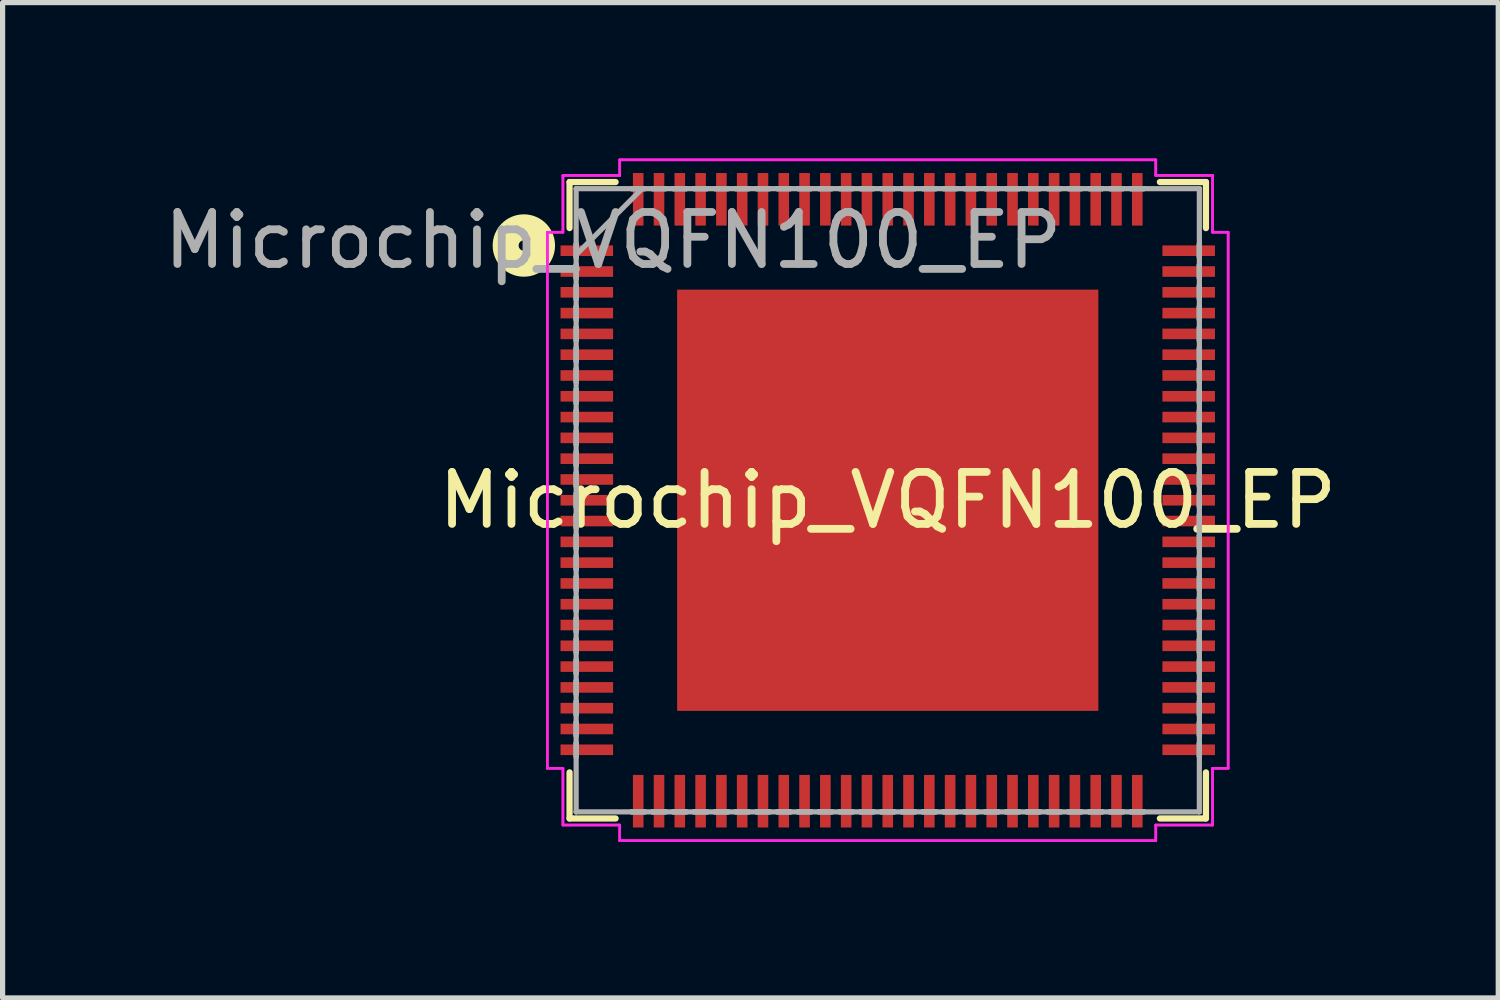
<source format=kicad_pcb>
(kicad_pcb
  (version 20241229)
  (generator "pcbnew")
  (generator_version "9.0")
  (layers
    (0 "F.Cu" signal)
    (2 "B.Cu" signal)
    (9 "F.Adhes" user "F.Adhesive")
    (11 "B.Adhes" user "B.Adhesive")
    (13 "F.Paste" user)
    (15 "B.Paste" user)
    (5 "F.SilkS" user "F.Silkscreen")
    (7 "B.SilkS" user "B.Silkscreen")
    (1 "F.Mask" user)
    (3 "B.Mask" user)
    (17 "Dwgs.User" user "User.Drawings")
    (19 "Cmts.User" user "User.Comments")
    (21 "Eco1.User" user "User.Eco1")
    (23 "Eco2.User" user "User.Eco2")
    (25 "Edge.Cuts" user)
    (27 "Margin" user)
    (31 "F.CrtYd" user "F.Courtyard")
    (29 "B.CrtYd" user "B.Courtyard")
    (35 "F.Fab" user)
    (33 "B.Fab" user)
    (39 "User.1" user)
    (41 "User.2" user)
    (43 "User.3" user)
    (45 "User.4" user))
  (footprint "Microchip_VQFN100_EP"
    (layer "F.Cu")
    (at 14.027 6.573)
    (property "Reference" "Microchip_VQFN100_EP" (at 0 0 0) (layer "F.SilkS") (effects (font (size 1 1) (thickness 0.15))))
    (attr through_hole)
    (fp_line (start -6.121 -6.121) (end -6.121 -5.235) (stroke (width 0.12) (type solid)) (layer "F.SilkS"))
    (fp_line (start -6.121 5.235) (end -6.121 6.121) (stroke (width 0.12) (type solid)) (layer "F.SilkS"))
    (fp_line (start -6.121 6.121) (end -5.235 6.121) (stroke (width 0.12) (type solid)) (layer "F.SilkS"))
    (fp_line (start -5.235 -6.121) (end -6.121 -6.121) (stroke (width 0.12) (type solid)) (layer "F.SilkS"))
    (fp_line (start 5.235 6.121) (end 6.121 6.121) (stroke (width 0.12) (type solid)) (layer "F.SilkS"))
    (fp_line (start 6.121 -6.121) (end 5.235 -6.121) (stroke (width 0.12) (type solid)) (layer "F.SilkS"))
    (fp_line (start 6.121 -5.235) (end 6.121 -6.121) (stroke (width 0.12) (type solid)) (layer "F.SilkS"))
    (fp_line (start 6.121 6.121) (end 6.121 5.235) (stroke (width 0.12) (type solid)) (layer "F.SilkS"))
    (fp_circle (center -7 -4.9) (end -6.9 -4.9) (stroke (width 0.5) (type solid)) (fill no) (layer "F.SilkS"))
    (fp_poly (pts (xy -3.951 -3.951) (xy -3.951 -2.801) (xy -2.801 -2.801) (xy -2.801 -3.951)) (stroke (width 0.1) (type solid)) (fill yes) (layer "F.Paste"))
    (fp_poly (pts (xy -3.951 -2.601) (xy -3.951 -1.45) (xy -2.801 -1.45) (xy -2.801 -2.601)) (stroke (width 0.1) (type solid)) (fill yes) (layer "F.Paste"))
    (fp_poly (pts (xy -3.951 -1.25) (xy -3.951 -0.1) (xy -2.801 -0.1) (xy -2.801 -1.25)) (stroke (width 0.1) (type solid)) (fill yes) (layer "F.Paste"))
    (fp_poly (pts (xy -3.951 0.1) (xy -3.951 1.25) (xy -2.801 1.25) (xy -2.801 0.1)) (stroke (width 0.1) (type solid)) (fill yes) (layer "F.Paste"))
    (fp_poly (pts (xy -3.951 1.45) (xy -3.951 2.601) (xy -2.801 2.601) (xy -2.801 1.45)) (stroke (width 0.1) (type solid)) (fill yes) (layer "F.Paste"))
    (fp_poly (pts (xy -3.951 2.801) (xy -3.951 3.951) (xy -2.801 3.951) (xy -2.801 2.801)) (stroke (width 0.1) (type solid)) (fill yes) (layer "F.Paste"))
    (fp_poly (pts (xy -2.601 -3.951) (xy -2.601 -2.801) (xy -1.45 -2.801) (xy -1.45 -3.951)) (stroke (width 0.1) (type solid)) (fill yes) (layer "F.Paste"))
    (fp_poly (pts (xy -2.601 -2.601) (xy -2.601 -1.45) (xy -1.45 -1.45) (xy -1.45 -2.601)) (stroke (width 0.1) (type solid)) (fill yes) (layer "F.Paste"))
    (fp_poly (pts (xy -2.601 -1.25) (xy -2.601 -0.1) (xy -1.45 -0.1) (xy -1.45 -1.25)) (stroke (width 0.1) (type solid)) (fill yes) (layer "F.Paste"))
    (fp_poly (pts (xy -2.601 0.1) (xy -2.601 1.25) (xy -1.45 1.25) (xy -1.45 0.1)) (stroke (width 0.1) (type solid)) (fill yes) (layer "F.Paste"))
    (fp_poly (pts (xy -2.601 1.45) (xy -2.601 2.601) (xy -1.45 2.601) (xy -1.45 1.45)) (stroke (width 0.1) (type solid)) (fill yes) (layer "F.Paste"))
    (fp_poly (pts (xy -2.601 2.801) (xy -2.601 3.951) (xy -1.45 3.951) (xy -1.45 2.801)) (stroke (width 0.1) (type solid)) (fill yes) (layer "F.Paste"))
    (fp_poly (pts (xy -1.25 -3.951) (xy -1.25 -2.801) (xy -0.1 -2.801) (xy -0.1 -3.951)) (stroke (width 0.1) (type solid)) (fill yes) (layer "F.Paste"))
    (fp_poly (pts (xy -1.25 -2.601) (xy -1.25 -1.45) (xy -0.1 -1.45) (xy -0.1 -2.601)) (stroke (width 0.1) (type solid)) (fill yes) (layer "F.Paste"))
    (fp_poly (pts (xy -1.25 -1.25) (xy -1.25 -0.1) (xy -0.1 -0.1) (xy -0.1 -1.25)) (stroke (width 0.1) (type solid)) (fill yes) (layer "F.Paste"))
    (fp_poly (pts (xy -1.25 0.1) (xy -1.25 1.25) (xy -0.1 1.25) (xy -0.1 0.1)) (stroke (width 0.1) (type solid)) (fill yes) (layer "F.Paste"))
    (fp_poly (pts (xy -1.25 1.45) (xy -1.25 2.601) (xy -0.1 2.601) (xy -0.1 1.45)) (stroke (width 0.1) (type solid)) (fill yes) (layer "F.Paste"))
    (fp_poly (pts (xy -1.25 2.801) (xy -1.25 3.951) (xy -0.1 3.951) (xy -0.1 2.801)) (stroke (width 0.1) (type solid)) (fill yes) (layer "F.Paste"))
    (fp_poly (pts (xy 0.1 -3.951) (xy 0.1 -2.801) (xy 1.25 -2.801) (xy 1.25 -3.951)) (stroke (width 0.1) (type solid)) (fill yes) (layer "F.Paste"))
    (fp_poly (pts (xy 0.1 -2.601) (xy 0.1 -1.45) (xy 1.25 -1.45) (xy 1.25 -2.601)) (stroke (width 0.1) (type solid)) (fill yes) (layer "F.Paste"))
    (fp_poly (pts (xy 0.1 -1.25) (xy 0.1 -0.1) (xy 1.25 -0.1) (xy 1.25 -1.25)) (stroke (width 0.1) (type solid)) (fill yes) (layer "F.Paste"))
    (fp_poly (pts (xy 0.1 0.1) (xy 0.1 1.25) (xy 1.25 1.25) (xy 1.25 0.1)) (stroke (width 0.1) (type solid)) (fill yes) (layer "F.Paste"))
    (fp_poly (pts (xy 0.1 1.45) (xy 0.1 2.601) (xy 1.25 2.601) (xy 1.25 1.45)) (stroke (width 0.1) (type solid)) (fill yes) (layer "F.Paste"))
    (fp_poly (pts (xy 0.1 2.801) (xy 0.1 3.951) (xy 1.25 3.951) (xy 1.25 2.801)) (stroke (width 0.1) (type solid)) (fill yes) (layer "F.Paste"))
    (fp_poly (pts (xy 1.45 -3.951) (xy 1.45 -2.801) (xy 2.601 -2.801) (xy 2.601 -3.951)) (stroke (width 0.1) (type solid)) (fill yes) (layer "F.Paste"))
    (fp_poly (pts (xy 1.45 -2.601) (xy 1.45 -1.45) (xy 2.601 -1.45) (xy 2.601 -2.601)) (stroke (width 0.1) (type solid)) (fill yes) (layer "F.Paste"))
    (fp_poly (pts (xy 1.45 -1.25) (xy 1.45 -0.1) (xy 2.601 -0.1) (xy 2.601 -1.25)) (stroke (width 0.1) (type solid)) (fill yes) (layer "F.Paste"))
    (fp_poly (pts (xy 1.45 0.1) (xy 1.45 1.25) (xy 2.601 1.25) (xy 2.601 0.1)) (stroke (width 0.1) (type solid)) (fill yes) (layer "F.Paste"))
    (fp_poly (pts (xy 1.45 1.45) (xy 1.45 2.601) (xy 2.601 2.601) (xy 2.601 1.45)) (stroke (width 0.1) (type solid)) (fill yes) (layer "F.Paste"))
    (fp_poly (pts (xy 1.45 2.801) (xy 1.45 3.951) (xy 2.601 3.951) (xy 2.601 2.801)) (stroke (width 0.1) (type solid)) (fill yes) (layer "F.Paste"))
    (fp_poly (pts (xy 2.801 -3.951) (xy 2.801 -2.801) (xy 3.951 -2.801) (xy 3.951 -3.951)) (stroke (width 0.1) (type solid)) (fill yes) (layer "F.Paste"))
    (fp_poly (pts (xy 2.801 -2.601) (xy 2.801 -1.45) (xy 3.951 -1.45) (xy 3.951 -2.601)) (stroke (width 0.1) (type solid)) (fill yes) (layer "F.Paste"))
    (fp_poly (pts (xy 2.801 -1.25) (xy 2.801 -0.1) (xy 3.951 -0.1) (xy 3.951 -1.25)) (stroke (width 0.1) (type solid)) (fill yes) (layer "F.Paste"))
    (fp_poly (pts (xy 2.801 0.1) (xy 2.801 1.25) (xy 3.951 1.25) (xy 3.951 0.1)) (stroke (width 0.1) (type solid)) (fill yes) (layer "F.Paste"))
    (fp_poly (pts (xy 2.801 1.45) (xy 2.801 2.601) (xy 3.951 2.601) (xy 3.951 1.45)) (stroke (width 0.1) (type solid)) (fill yes) (layer "F.Paste"))
    (fp_poly (pts (xy 2.801 2.801) (xy 2.801 3.951) (xy 3.951 3.951) (xy 3.951 2.801)) (stroke (width 0.1) (type solid)) (fill yes) (layer "F.Paste"))
    (fp_line (start -6.548 -5.156) (end -6.248 -5.156) (stroke (width 0.05) (type solid)) (layer "F.CrtYd"))
    (fp_line (start -6.548 -5.156) (end -6.248 -5.156) (stroke (width 0.05) (type solid)) (layer "F.CrtYd"))
    (fp_line (start -6.548 5.156) (end -6.548 -5.156) (stroke (width 0.05) (type solid)) (layer "F.CrtYd"))
    (fp_line (start -6.548 5.156) (end -6.548 -5.156) (stroke (width 0.05) (type solid)) (layer "F.CrtYd"))
    (fp_line (start -6.248 -6.248) (end -5.156 -6.248) (stroke (width 0.05) (type solid)) (layer "F.CrtYd"))
    (fp_line (start -6.248 -6.248) (end -5.156 -6.248) (stroke (width 0.05) (type solid)) (layer "F.CrtYd"))
    (fp_line (start -6.248 -5.156) (end -6.248 -6.248) (stroke (width 0.05) (type solid)) (layer "F.CrtYd"))
    (fp_line (start -6.248 -5.156) (end -6.248 -6.248) (stroke (width 0.05) (type solid)) (layer "F.CrtYd"))
    (fp_line (start -6.248 5.156) (end -6.548 5.156) (stroke (width 0.05) (type solid)) (layer "F.CrtYd"))
    (fp_line (start -6.248 5.156) (end -6.548 5.156) (stroke (width 0.05) (type solid)) (layer "F.CrtYd"))
    (fp_line (start -6.248 6.248) (end -6.248 5.156) (stroke (width 0.05) (type solid)) (layer "F.CrtYd"))
    (fp_line (start -6.248 6.248) (end -6.248 5.156) (stroke (width 0.05) (type solid)) (layer "F.CrtYd"))
    (fp_line (start -5.156 -6.548) (end 5.156 -6.548) (stroke (width 0.05) (type solid)) (layer "F.CrtYd"))
    (fp_line (start -5.156 -6.548) (end 5.156 -6.548) (stroke (width 0.05) (type solid)) (layer "F.CrtYd"))
    (fp_line (start -5.156 -6.248) (end -5.156 -6.548) (stroke (width 0.05) (type solid)) (layer "F.CrtYd"))
    (fp_line (start -5.156 -6.248) (end -5.156 -6.548) (stroke (width 0.05) (type solid)) (layer "F.CrtYd"))
    (fp_line (start -5.156 6.248) (end -6.248 6.248) (stroke (width 0.05) (type solid)) (layer "F.CrtYd"))
    (fp_line (start -5.156 6.248) (end -6.248 6.248) (stroke (width 0.05) (type solid)) (layer "F.CrtYd"))
    (fp_line (start -5.156 6.548) (end -5.156 6.248) (stroke (width 0.05) (type solid)) (layer "F.CrtYd"))
    (fp_line (start -5.156 6.548) (end -5.156 6.248) (stroke (width 0.05) (type solid)) (layer "F.CrtYd"))
    (fp_line (start 5.156 -6.548) (end 5.156 -6.248) (stroke (width 0.05) (type solid)) (layer "F.CrtYd"))
    (fp_line (start 5.156 -6.548) (end 5.156 -6.248) (stroke (width 0.05) (type solid)) (layer "F.CrtYd"))
    (fp_line (start 5.156 -6.248) (end 6.248 -6.248) (stroke (width 0.05) (type solid)) (layer "F.CrtYd"))
    (fp_line (start 5.156 -6.248) (end 6.248 -6.248) (stroke (width 0.05) (type solid)) (layer "F.CrtYd"))
    (fp_line (start 5.156 6.248) (end 5.156 6.548) (stroke (width 0.05) (type solid)) (layer "F.CrtYd"))
    (fp_line (start 5.156 6.248) (end 5.156 6.548) (stroke (width 0.05) (type solid)) (layer "F.CrtYd"))
    (fp_line (start 5.156 6.548) (end -5.156 6.548) (stroke (width 0.05) (type solid)) (layer "F.CrtYd"))
    (fp_line (start 5.156 6.548) (end -5.156 6.548) (stroke (width 0.05) (type solid)) (layer "F.CrtYd"))
    (fp_line (start 6.248 -6.248) (end 6.248 -5.156) (stroke (width 0.05) (type solid)) (layer "F.CrtYd"))
    (fp_line (start 6.248 -6.248) (end 6.248 -5.156) (stroke (width 0.05) (type solid)) (layer "F.CrtYd"))
    (fp_line (start 6.248 -5.156) (end 6.548 -5.156) (stroke (width 0.05) (type solid)) (layer "F.CrtYd"))
    (fp_line (start 6.248 -5.156) (end 6.548 -5.156) (stroke (width 0.05) (type solid)) (layer "F.CrtYd"))
    (fp_line (start 6.248 5.156) (end 6.248 6.248) (stroke (width 0.05) (type solid)) (layer "F.CrtYd"))
    (fp_line (start 6.248 5.156) (end 6.248 6.248) (stroke (width 0.05) (type solid)) (layer "F.CrtYd"))
    (fp_line (start 6.248 6.248) (end 5.156 6.248) (stroke (width 0.05) (type solid)) (layer "F.CrtYd"))
    (fp_line (start 6.248 6.248) (end 5.156 6.248) (stroke (width 0.05) (type solid)) (layer "F.CrtYd"))
    (fp_line (start 6.548 -5.156) (end 6.548 5.156) (stroke (width 0.05) (type solid)) (layer "F.CrtYd"))
    (fp_line (start 6.548 -5.156) (end 6.548 5.156) (stroke (width 0.05) (type solid)) (layer "F.CrtYd"))
    (fp_line (start 6.548 5.156) (end 6.248 5.156) (stroke (width 0.05) (type solid)) (layer "F.CrtYd"))
    (fp_line (start 6.548 5.156) (end 6.248 5.156) (stroke (width 0.05) (type solid)) (layer "F.CrtYd"))
    (fp_line (start -5.994 -5.994) (end -5.994 -5.994) (stroke (width 0.1) (type solid)) (layer "F.Fab"))
    (fp_line (start -5.994 -5.994) (end -5.994 5.994) (stroke (width 0.1) (type solid)) (layer "F.Fab"))
    (fp_line (start -5.994 -4.927) (end -5.994 -4.927) (stroke (width 0.1) (type solid)) (layer "F.Fab"))
    (fp_line (start -5.994 -4.927) (end -5.994 -4.673) (stroke (width 0.1) (type solid)) (layer "F.Fab"))
    (fp_line (start -5.994 -4.724) (end -4.724 -5.994) (stroke (width 0.1) (type solid)) (layer "F.Fab"))
    (fp_line (start -5.994 -4.673) (end -5.994 -4.927) (stroke (width 0.1) (type solid)) (layer "F.Fab"))
    (fp_line (start -5.994 -4.673) (end -5.994 -4.673) (stroke (width 0.1) (type solid)) (layer "F.Fab"))
    (fp_line (start -5.994 -4.527) (end -5.994 -4.527) (stroke (width 0.1) (type solid)) (layer "F.Fab"))
    (fp_line (start -5.994 -4.527) (end -5.994 -4.273) (stroke (width 0.1) (type solid)) (layer "F.Fab"))
    (fp_line (start -5.994 -4.273) (end -5.994 -4.527) (stroke (width 0.1) (type solid)) (layer "F.Fab"))
    (fp_line (start -5.994 -4.273) (end -5.994 -4.273) (stroke (width 0.1) (type solid)) (layer "F.Fab"))
    (fp_line (start -5.994 -4.127) (end -5.994 -4.127) (stroke (width 0.1) (type solid)) (layer "F.Fab"))
    (fp_line (start -5.994 -4.127) (end -5.994 -3.873) (stroke (width 0.1) (type solid)) (layer "F.Fab"))
    (fp_line (start -5.994 -3.873) (end -5.994 -4.127) (stroke (width 0.1) (type solid)) (layer "F.Fab"))
    (fp_line (start -5.994 -3.873) (end -5.994 -3.873) (stroke (width 0.1) (type solid)) (layer "F.Fab"))
    (fp_line (start -5.994 -3.727) (end -5.994 -3.727) (stroke (width 0.1) (type solid)) (layer "F.Fab"))
    (fp_line (start -5.994 -3.727) (end -5.994 -3.473) (stroke (width 0.1) (type solid)) (layer "F.Fab"))
    (fp_line (start -5.994 -3.473) (end -5.994 -3.727) (stroke (width 0.1) (type solid)) (layer "F.Fab"))
    (fp_line (start -5.994 -3.473) (end -5.994 -3.473) (stroke (width 0.1) (type solid)) (layer "F.Fab"))
    (fp_line (start -5.994 -3.327) (end -5.994 -3.327) (stroke (width 0.1) (type solid)) (layer "F.Fab"))
    (fp_line (start -5.994 -3.327) (end -5.994 -3.073) (stroke (width 0.1) (type solid)) (layer "F.Fab"))
    (fp_line (start -5.994 -3.073) (end -5.994 -3.327) (stroke (width 0.1) (type solid)) (layer "F.Fab"))
    (fp_line (start -5.994 -3.073) (end -5.994 -3.073) (stroke (width 0.1) (type solid)) (layer "F.Fab"))
    (fp_line (start -5.994 -2.927) (end -5.994 -2.927) (stroke (width 0.1) (type solid)) (layer "F.Fab"))
    (fp_line (start -5.994 -2.927) (end -5.994 -2.673) (stroke (width 0.1) (type solid)) (layer "F.Fab"))
    (fp_line (start -5.994 -2.673) (end -5.994 -2.927) (stroke (width 0.1) (type solid)) (layer "F.Fab"))
    (fp_line (start -5.994 -2.673) (end -5.994 -2.673) (stroke (width 0.1) (type solid)) (layer "F.Fab"))
    (fp_line (start -5.994 -2.527) (end -5.994 -2.527) (stroke (width 0.1) (type solid)) (layer "F.Fab"))
    (fp_line (start -5.994 -2.527) (end -5.994 -2.273) (stroke (width 0.1) (type solid)) (layer "F.Fab"))
    (fp_line (start -5.994 -2.273) (end -5.994 -2.527) (stroke (width 0.1) (type solid)) (layer "F.Fab"))
    (fp_line (start -5.994 -2.273) (end -5.994 -2.273) (stroke (width 0.1) (type solid)) (layer "F.Fab"))
    (fp_line (start -5.994 -2.127) (end -5.994 -2.127) (stroke (width 0.1) (type solid)) (layer "F.Fab"))
    (fp_line (start -5.994 -2.127) (end -5.994 -1.873) (stroke (width 0.1) (type solid)) (layer "F.Fab"))
    (fp_line (start -5.994 -1.873) (end -5.994 -2.127) (stroke (width 0.1) (type solid)) (layer "F.Fab"))
    (fp_line (start -5.994 -1.873) (end -5.994 -1.873) (stroke (width 0.1) (type solid)) (layer "F.Fab"))
    (fp_line (start -5.994 -1.727) (end -5.994 -1.727) (stroke (width 0.1) (type solid)) (layer "F.Fab"))
    (fp_line (start -5.994 -1.727) (end -5.994 -1.473) (stroke (width 0.1) (type solid)) (layer "F.Fab"))
    (fp_line (start -5.994 -1.473) (end -5.994 -1.727) (stroke (width 0.1) (type solid)) (layer "F.Fab"))
    (fp_line (start -5.994 -1.473) (end -5.994 -1.473) (stroke (width 0.1) (type solid)) (layer "F.Fab"))
    (fp_line (start -5.994 -1.327) (end -5.994 -1.327) (stroke (width 0.1) (type solid)) (layer "F.Fab"))
    (fp_line (start -5.994 -1.327) (end -5.994 -1.073) (stroke (width 0.1) (type solid)) (layer "F.Fab"))
    (fp_line (start -5.994 -1.073) (end -5.994 -1.327) (stroke (width 0.1) (type solid)) (layer "F.Fab"))
    (fp_line (start -5.994 -1.073) (end -5.994 -1.073) (stroke (width 0.1) (type solid)) (layer "F.Fab"))
    (fp_line (start -5.994 -0.927) (end -5.994 -0.927) (stroke (width 0.1) (type solid)) (layer "F.Fab"))
    (fp_line (start -5.994 -0.927) (end -5.994 -0.673) (stroke (width 0.1) (type solid)) (layer "F.Fab"))
    (fp_line (start -5.994 -0.673) (end -5.994 -0.927) (stroke (width 0.1) (type solid)) (layer "F.Fab"))
    (fp_line (start -5.994 -0.673) (end -5.994 -0.673) (stroke (width 0.1) (type solid)) (layer "F.Fab"))
    (fp_line (start -5.994 -0.527) (end -5.994 -0.527) (stroke (width 0.1) (type solid)) (layer "F.Fab"))
    (fp_line (start -5.994 -0.527) (end -5.994 -0.273) (stroke (width 0.1) (type solid)) (layer "F.Fab"))
    (fp_line (start -5.994 -0.273) (end -5.994 -0.527) (stroke (width 0.1) (type solid)) (layer "F.Fab"))
    (fp_line (start -5.994 -0.273) (end -5.994 -0.273) (stroke (width 0.1) (type solid)) (layer "F.Fab"))
    (fp_line (start -5.994 -0.127) (end -5.994 -0.127) (stroke (width 0.1) (type solid)) (layer "F.Fab"))
    (fp_line (start -5.994 -0.127) (end -5.994 0.127) (stroke (width 0.1) (type solid)) (layer "F.Fab"))
    (fp_line (start -5.994 0.127) (end -5.994 -0.127) (stroke (width 0.1) (type solid)) (layer "F.Fab"))
    (fp_line (start -5.994 0.127) (end -5.994 0.127) (stroke (width 0.1) (type solid)) (layer "F.Fab"))
    (fp_line (start -5.994 0.273) (end -5.994 0.273) (stroke (width 0.1) (type solid)) (layer "F.Fab"))
    (fp_line (start -5.994 0.273) (end -5.994 0.527) (stroke (width 0.1) (type solid)) (layer "F.Fab"))
    (fp_line (start -5.994 0.527) (end -5.994 0.273) (stroke (width 0.1) (type solid)) (layer "F.Fab"))
    (fp_line (start -5.994 0.527) (end -5.994 0.527) (stroke (width 0.1) (type solid)) (layer "F.Fab"))
    (fp_line (start -5.994 0.673) (end -5.994 0.673) (stroke (width 0.1) (type solid)) (layer "F.Fab"))
    (fp_line (start -5.994 0.673) (end -5.994 0.927) (stroke (width 0.1) (type solid)) (layer "F.Fab"))
    (fp_line (start -5.994 0.927) (end -5.994 0.673) (stroke (width 0.1) (type solid)) (layer "F.Fab"))
    (fp_line (start -5.994 0.927) (end -5.994 0.927) (stroke (width 0.1) (type solid)) (layer "F.Fab"))
    (fp_line (start -5.994 1.073) (end -5.994 1.073) (stroke (width 0.1) (type solid)) (layer "F.Fab"))
    (fp_line (start -5.994 1.073) (end -5.994 1.327) (stroke (width 0.1) (type solid)) (layer "F.Fab"))
    (fp_line (start -5.994 1.327) (end -5.994 1.073) (stroke (width 0.1) (type solid)) (layer "F.Fab"))
    (fp_line (start -5.994 1.327) (end -5.994 1.327) (stroke (width 0.1) (type solid)) (layer "F.Fab"))
    (fp_line (start -5.994 1.473) (end -5.994 1.473) (stroke (width 0.1) (type solid)) (layer "F.Fab"))
    (fp_line (start -5.994 1.473) (end -5.994 1.727) (stroke (width 0.1) (type solid)) (layer "F.Fab"))
    (fp_line (start -5.994 1.727) (end -5.994 1.473) (stroke (width 0.1) (type solid)) (layer "F.Fab"))
    (fp_line (start -5.994 1.727) (end -5.994 1.727) (stroke (width 0.1) (type solid)) (layer "F.Fab"))
    (fp_line (start -5.994 1.873) (end -5.994 1.873) (stroke (width 0.1) (type solid)) (layer "F.Fab"))
    (fp_line (start -5.994 1.873) (end -5.994 2.127) (stroke (width 0.1) (type solid)) (layer "F.Fab"))
    (fp_line (start -5.994 2.127) (end -5.994 1.873) (stroke (width 0.1) (type solid)) (layer "F.Fab"))
    (fp_line (start -5.994 2.127) (end -5.994 2.127) (stroke (width 0.1) (type solid)) (layer "F.Fab"))
    (fp_line (start -5.994 2.273) (end -5.994 2.273) (stroke (width 0.1) (type solid)) (layer "F.Fab"))
    (fp_line (start -5.994 2.273) (end -5.994 2.527) (stroke (width 0.1) (type solid)) (layer "F.Fab"))
    (fp_line (start -5.994 2.527) (end -5.994 2.273) (stroke (width 0.1) (type solid)) (layer "F.Fab"))
    (fp_line (start -5.994 2.527) (end -5.994 2.527) (stroke (width 0.1) (type solid)) (layer "F.Fab"))
    (fp_line (start -5.994 2.673) (end -5.994 2.673) (stroke (width 0.1) (type solid)) (layer "F.Fab"))
    (fp_line (start -5.994 2.673) (end -5.994 2.927) (stroke (width 0.1) (type solid)) (layer "F.Fab"))
    (fp_line (start -5.994 2.927) (end -5.994 2.673) (stroke (width 0.1) (type solid)) (layer "F.Fab"))
    (fp_line (start -5.994 2.927) (end -5.994 2.927) (stroke (width 0.1) (type solid)) (layer "F.Fab"))
    (fp_line (start -5.994 3.073) (end -5.994 3.073) (stroke (width 0.1) (type solid)) (layer "F.Fab"))
    (fp_line (start -5.994 3.073) (end -5.994 3.327) (stroke (width 0.1) (type solid)) (layer "F.Fab"))
    (fp_line (start -5.994 3.327) (end -5.994 3.073) (stroke (width 0.1) (type solid)) (layer "F.Fab"))
    (fp_line (start -5.994 3.327) (end -5.994 3.327) (stroke (width 0.1) (type solid)) (layer "F.Fab"))
    (fp_line (start -5.994 3.473) (end -5.994 3.473) (stroke (width 0.1) (type solid)) (layer "F.Fab"))
    (fp_line (start -5.994 3.473) (end -5.994 3.727) (stroke (width 0.1) (type solid)) (layer "F.Fab"))
    (fp_line (start -5.994 3.727) (end -5.994 3.473) (stroke (width 0.1) (type solid)) (layer "F.Fab"))
    (fp_line (start -5.994 3.727) (end -5.994 3.727) (stroke (width 0.1) (type solid)) (layer "F.Fab"))
    (fp_line (start -5.994 3.873) (end -5.994 3.873) (stroke (width 0.1) (type solid)) (layer "F.Fab"))
    (fp_line (start -5.994 3.873) (end -5.994 4.127) (stroke (width 0.1) (type solid)) (layer "F.Fab"))
    (fp_line (start -5.994 4.127) (end -5.994 3.873) (stroke (width 0.1) (type solid)) (layer "F.Fab"))
    (fp_line (start -5.994 4.127) (end -5.994 4.127) (stroke (width 0.1) (type solid)) (layer "F.Fab"))
    (fp_line (start -5.994 4.273) (end -5.994 4.273) (stroke (width 0.1) (type solid)) (layer "F.Fab"))
    (fp_line (start -5.994 4.273) (end -5.994 4.527) (stroke (width 0.1) (type solid)) (layer "F.Fab"))
    (fp_line (start -5.994 4.527) (end -5.994 4.273) (stroke (width 0.1) (type solid)) (layer "F.Fab"))
    (fp_line (start -5.994 4.527) (end -5.994 4.527) (stroke (width 0.1) (type solid)) (layer "F.Fab"))
    (fp_line (start -5.994 4.673) (end -5.994 4.673) (stroke (width 0.1) (type solid)) (layer "F.Fab"))
    (fp_line (start -5.994 4.673) (end -5.994 4.927) (stroke (width 0.1) (type solid)) (layer "F.Fab"))
    (fp_line (start -5.994 4.927) (end -5.994 4.673) (stroke (width 0.1) (type solid)) (layer "F.Fab"))
    (fp_line (start -5.994 4.927) (end -5.994 4.927) (stroke (width 0.1) (type solid)) (layer "F.Fab"))
    (fp_line (start -5.994 5.994) (end -5.994 5.994) (stroke (width 0.1) (type solid)) (layer "F.Fab"))
    (fp_line (start -5.994 5.994) (end 5.994 5.994) (stroke (width 0.1) (type solid)) (layer "F.Fab"))
    (fp_line (start -4.927 5.994) (end -4.927 5.994) (stroke (width 0.1) (type solid)) (layer "F.Fab"))
    (fp_line (start -4.927 5.994) (end -4.673 5.994) (stroke (width 0.1) (type solid)) (layer "F.Fab"))
    (fp_line (start -4.927 -5.994) (end -4.927 -5.994) (stroke (width 0.1) (type solid)) (layer "F.Fab"))
    (fp_line (start -4.927 -5.994) (end -4.673 -5.994) (stroke (width 0.1) (type solid)) (layer "F.Fab"))
    (fp_line (start -4.673 5.994) (end -4.927 5.994) (stroke (width 0.1) (type solid)) (layer "F.Fab"))
    (fp_line (start -4.673 5.994) (end -4.673 5.994) (stroke (width 0.1) (type solid)) (layer "F.Fab"))
    (fp_line (start -4.673 -5.994) (end -4.927 -5.994) (stroke (width 0.1) (type solid)) (layer "F.Fab"))
    (fp_line (start -4.673 -5.994) (end -4.673 -5.994) (stroke (width 0.1) (type solid)) (layer "F.Fab"))
    (fp_line (start -4.527 5.994) (end -4.527 5.994) (stroke (width 0.1) (type solid)) (layer "F.Fab"))
    (fp_line (start -4.527 5.994) (end -4.273 5.994) (stroke (width 0.1) (type solid)) (layer "F.Fab"))
    (fp_line (start -4.527 -5.994) (end -4.527 -5.994) (stroke (width 0.1) (type solid)) (layer "F.Fab"))
    (fp_line (start -4.527 -5.994) (end -4.273 -5.994) (stroke (width 0.1) (type solid)) (layer "F.Fab"))
    (fp_line (start -4.273 5.994) (end -4.527 5.994) (stroke (width 0.1) (type solid)) (layer "F.Fab"))
    (fp_line (start -4.273 5.994) (end -4.273 5.994) (stroke (width 0.1) (type solid)) (layer "F.Fab"))
    (fp_line (start -4.273 -5.994) (end -4.527 -5.994) (stroke (width 0.1) (type solid)) (layer "F.Fab"))
    (fp_line (start -4.273 -5.994) (end -4.273 -5.994) (stroke (width 0.1) (type solid)) (layer "F.Fab"))
    (fp_line (start -4.127 5.994) (end -4.127 5.994) (stroke (width 0.1) (type solid)) (layer "F.Fab"))
    (fp_line (start -4.127 5.994) (end -3.873 5.994) (stroke (width 0.1) (type solid)) (layer "F.Fab"))
    (fp_line (start -4.127 -5.994) (end -4.127 -5.994) (stroke (width 0.1) (type solid)) (layer "F.Fab"))
    (fp_line (start -4.127 -5.994) (end -3.873 -5.994) (stroke (width 0.1) (type solid)) (layer "F.Fab"))
    (fp_line (start -3.873 5.994) (end -4.127 5.994) (stroke (width 0.1) (type solid)) (layer "F.Fab"))
    (fp_line (start -3.873 5.994) (end -3.873 5.994) (stroke (width 0.1) (type solid)) (layer "F.Fab"))
    (fp_line (start -3.873 -5.994) (end -4.127 -5.994) (stroke (width 0.1) (type solid)) (layer "F.Fab"))
    (fp_line (start -3.873 -5.994) (end -3.873 -5.994) (stroke (width 0.1) (type solid)) (layer "F.Fab"))
    (fp_line (start -3.727 5.994) (end -3.727 5.994) (stroke (width 0.1) (type solid)) (layer "F.Fab"))
    (fp_line (start -3.727 5.994) (end -3.473 5.994) (stroke (width 0.1) (type solid)) (layer "F.Fab"))
    (fp_line (start -3.727 -5.994) (end -3.727 -5.994) (stroke (width 0.1) (type solid)) (layer "F.Fab"))
    (fp_line (start -3.727 -5.994) (end -3.473 -5.994) (stroke (width 0.1) (type solid)) (layer "F.Fab"))
    (fp_line (start -3.473 5.994) (end -3.727 5.994) (stroke (width 0.1) (type solid)) (layer "F.Fab"))
    (fp_line (start -3.473 5.994) (end -3.473 5.994) (stroke (width 0.1) (type solid)) (layer "F.Fab"))
    (fp_line (start -3.473 -5.994) (end -3.727 -5.994) (stroke (width 0.1) (type solid)) (layer "F.Fab"))
    (fp_line (start -3.473 -5.994) (end -3.473 -5.994) (stroke (width 0.1) (type solid)) (layer "F.Fab"))
    (fp_line (start -3.327 5.994) (end -3.327 5.994) (stroke (width 0.1) (type solid)) (layer "F.Fab"))
    (fp_line (start -3.327 5.994) (end -3.073 5.994) (stroke (width 0.1) (type solid)) (layer "F.Fab"))
    (fp_line (start -3.327 -5.994) (end -3.327 -5.994) (stroke (width 0.1) (type solid)) (layer "F.Fab"))
    (fp_line (start -3.327 -5.994) (end -3.073 -5.994) (stroke (width 0.1) (type solid)) (layer "F.Fab"))
    (fp_line (start -3.073 5.994) (end -3.327 5.994) (stroke (width 0.1) (type solid)) (layer "F.Fab"))
    (fp_line (start -3.073 5.994) (end -3.073 5.994) (stroke (width 0.1) (type solid)) (layer "F.Fab"))
    (fp_line (start -3.073 -5.994) (end -3.327 -5.994) (stroke (width 0.1) (type solid)) (layer "F.Fab"))
    (fp_line (start -3.073 -5.994) (end -3.073 -5.994) (stroke (width 0.1) (type solid)) (layer "F.Fab"))
    (fp_line (start -2.927 5.994) (end -2.927 5.994) (stroke (width 0.1) (type solid)) (layer "F.Fab"))
    (fp_line (start -2.927 5.994) (end -2.673 5.994) (stroke (width 0.1) (type solid)) (layer "F.Fab"))
    (fp_line (start -2.927 -5.994) (end -2.927 -5.994) (stroke (width 0.1) (type solid)) (layer "F.Fab"))
    (fp_line (start -2.927 -5.994) (end -2.673 -5.994) (stroke (width 0.1) (type solid)) (layer "F.Fab"))
    (fp_line (start -2.673 5.994) (end -2.927 5.994) (stroke (width 0.1) (type solid)) (layer "F.Fab"))
    (fp_line (start -2.673 5.994) (end -2.673 5.994) (stroke (width 0.1) (type solid)) (layer "F.Fab"))
    (fp_line (start -2.673 -5.994) (end -2.927 -5.994) (stroke (width 0.1) (type solid)) (layer "F.Fab"))
    (fp_line (start -2.673 -5.994) (end -2.673 -5.994) (stroke (width 0.1) (type solid)) (layer "F.Fab"))
    (fp_line (start -2.527 -5.994) (end -2.527 -5.994) (stroke (width 0.1) (type solid)) (layer "F.Fab"))
    (fp_line (start -2.527 -5.994) (end -2.273 -5.994) (stroke (width 0.1) (type solid)) (layer "F.Fab"))
    (fp_line (start -2.527 5.994) (end -2.527 5.994) (stroke (width 0.1) (type solid)) (layer "F.Fab"))
    (fp_line (start -2.527 5.994) (end -2.273 5.994) (stroke (width 0.1) (type solid)) (layer "F.Fab"))
    (fp_line (start -2.273 -5.994) (end -2.527 -5.994) (stroke (width 0.1) (type solid)) (layer "F.Fab"))
    (fp_line (start -2.273 -5.994) (end -2.273 -5.994) (stroke (width 0.1) (type solid)) (layer "F.Fab"))
    (fp_line (start -2.273 5.994) (end -2.527 5.994) (stroke (width 0.1) (type solid)) (layer "F.Fab"))
    (fp_line (start -2.273 5.994) (end -2.273 5.994) (stroke (width 0.1) (type solid)) (layer "F.Fab"))
    (fp_line (start -2.127 -5.994) (end -2.127 -5.994) (stroke (width 0.1) (type solid)) (layer "F.Fab"))
    (fp_line (start -2.127 -5.994) (end -1.873 -5.994) (stroke (width 0.1) (type solid)) (layer "F.Fab"))
    (fp_line (start -2.127 5.994) (end -2.127 5.994) (stroke (width 0.1) (type solid)) (layer "F.Fab"))
    (fp_line (start -2.127 5.994) (end -1.873 5.994) (stroke (width 0.1) (type solid)) (layer "F.Fab"))
    (fp_line (start -1.873 -5.994) (end -2.127 -5.994) (stroke (width 0.1) (type solid)) (layer "F.Fab"))
    (fp_line (start -1.873 -5.994) (end -1.873 -5.994) (stroke (width 0.1) (type solid)) (layer "F.Fab"))
    (fp_line (start -1.873 5.994) (end -2.127 5.994) (stroke (width 0.1) (type solid)) (layer "F.Fab"))
    (fp_line (start -1.873 5.994) (end -1.873 5.994) (stroke (width 0.1) (type solid)) (layer "F.Fab"))
    (fp_line (start -1.727 -5.994) (end -1.727 -5.994) (stroke (width 0.1) (type solid)) (layer "F.Fab"))
    (fp_line (start -1.727 -5.994) (end -1.473 -5.994) (stroke (width 0.1) (type solid)) (layer "F.Fab"))
    (fp_line (start -1.727 5.994) (end -1.727 5.994) (stroke (width 0.1) (type solid)) (layer "F.Fab"))
    (fp_line (start -1.727 5.994) (end -1.473 5.994) (stroke (width 0.1) (type solid)) (layer "F.Fab"))
    (fp_line (start -1.473 -5.994) (end -1.727 -5.994) (stroke (width 0.1) (type solid)) (layer "F.Fab"))
    (fp_line (start -1.473 -5.994) (end -1.473 -5.994) (stroke (width 0.1) (type solid)) (layer "F.Fab"))
    (fp_line (start -1.473 5.994) (end -1.727 5.994) (stroke (width 0.1) (type solid)) (layer "F.Fab"))
    (fp_line (start -1.473 5.994) (end -1.473 5.994) (stroke (width 0.1) (type solid)) (layer "F.Fab"))
    (fp_line (start -1.327 -5.994) (end -1.327 -5.994) (stroke (width 0.1) (type solid)) (layer "F.Fab"))
    (fp_line (start -1.327 -5.994) (end -1.073 -5.994) (stroke (width 0.1) (type solid)) (layer "F.Fab"))
    (fp_line (start -1.327 5.994) (end -1.327 5.994) (stroke (width 0.1) (type solid)) (layer "F.Fab"))
    (fp_line (start -1.327 5.994) (end -1.073 5.994) (stroke (width 0.1) (type solid)) (layer "F.Fab"))
    (fp_line (start -1.073 -5.994) (end -1.327 -5.994) (stroke (width 0.1) (type solid)) (layer "F.Fab"))
    (fp_line (start -1.073 -5.994) (end -1.073 -5.994) (stroke (width 0.1) (type solid)) (layer "F.Fab"))
    (fp_line (start -1.073 5.994) (end -1.327 5.994) (stroke (width 0.1) (type solid)) (layer "F.Fab"))
    (fp_line (start -1.073 5.994) (end -1.073 5.994) (stroke (width 0.1) (type solid)) (layer "F.Fab"))
    (fp_line (start -0.927 -5.994) (end -0.927 -5.994) (stroke (width 0.1) (type solid)) (layer "F.Fab"))
    (fp_line (start -0.927 -5.994) (end -0.673 -5.994) (stroke (width 0.1) (type solid)) (layer "F.Fab"))
    (fp_line (start -0.927 5.994) (end -0.927 5.994) (stroke (width 0.1) (type solid)) (layer "F.Fab"))
    (fp_line (start -0.927 5.994) (end -0.673 5.994) (stroke (width 0.1) (type solid)) (layer "F.Fab"))
    (fp_line (start -0.673 -5.994) (end -0.927 -5.994) (stroke (width 0.1) (type solid)) (layer "F.Fab"))
    (fp_line (start -0.673 -5.994) (end -0.673 -5.994) (stroke (width 0.1) (type solid)) (layer "F.Fab"))
    (fp_line (start -0.673 5.994) (end -0.927 5.994) (stroke (width 0.1) (type solid)) (layer "F.Fab"))
    (fp_line (start -0.673 5.994) (end -0.673 5.994) (stroke (width 0.1) (type solid)) (layer "F.Fab"))
    (fp_line (start -0.527 -5.994) (end -0.527 -5.994) (stroke (width 0.1) (type solid)) (layer "F.Fab"))
    (fp_line (start -0.527 -5.994) (end -0.273 -5.994) (stroke (width 0.1) (type solid)) (layer "F.Fab"))
    (fp_line (start -0.527 5.994) (end -0.527 5.994) (stroke (width 0.1) (type solid)) (layer "F.Fab"))
    (fp_line (start -0.527 5.994) (end -0.273 5.994) (stroke (width 0.1) (type solid)) (layer "F.Fab"))
    (fp_line (start -0.273 -5.994) (end -0.527 -5.994) (stroke (width 0.1) (type solid)) (layer "F.Fab"))
    (fp_line (start -0.273 -5.994) (end -0.273 -5.994) (stroke (width 0.1) (type solid)) (layer "F.Fab"))
    (fp_line (start -0.273 5.994) (end -0.527 5.994) (stroke (width 0.1) (type solid)) (layer "F.Fab"))
    (fp_line (start -0.273 5.994) (end -0.273 5.994) (stroke (width 0.1) (type solid)) (layer "F.Fab"))
    (fp_line (start -0.127 -5.994) (end -0.127 -5.994) (stroke (width 0.1) (type solid)) (layer "F.Fab"))
    (fp_line (start -0.127 -5.994) (end 0.127 -5.994) (stroke (width 0.1) (type solid)) (layer "F.Fab"))
    (fp_line (start -0.127 5.994) (end -0.127 5.994) (stroke (width 0.1) (type solid)) (layer "F.Fab"))
    (fp_line (start -0.127 5.994) (end 0.127 5.994) (stroke (width 0.1) (type solid)) (layer "F.Fab"))
    (fp_line (start 0.127 -5.994) (end -0.127 -5.994) (stroke (width 0.1) (type solid)) (layer "F.Fab"))
    (fp_line (start 0.127 -5.994) (end 0.127 -5.994) (stroke (width 0.1) (type solid)) (layer "F.Fab"))
    (fp_line (start 0.127 5.994) (end -0.127 5.994) (stroke (width 0.1) (type solid)) (layer "F.Fab"))
    (fp_line (start 0.127 5.994) (end 0.127 5.994) (stroke (width 0.1) (type solid)) (layer "F.Fab"))
    (fp_line (start 0.273 -5.994) (end 0.273 -5.994) (stroke (width 0.1) (type solid)) (layer "F.Fab"))
    (fp_line (start 0.273 -5.994) (end 0.527 -5.994) (stroke (width 0.1) (type solid)) (layer "F.Fab"))
    (fp_line (start 0.273 5.994) (end 0.273 5.994) (stroke (width 0.1) (type solid)) (layer "F.Fab"))
    (fp_line (start 0.273 5.994) (end 0.527 5.994) (stroke (width 0.1) (type solid)) (layer "F.Fab"))
    (fp_line (start 0.527 -5.994) (end 0.273 -5.994) (stroke (width 0.1) (type solid)) (layer "F.Fab"))
    (fp_line (start 0.527 -5.994) (end 0.527 -5.994) (stroke (width 0.1) (type solid)) (layer "F.Fab"))
    (fp_line (start 0.527 5.994) (end 0.273 5.994) (stroke (width 0.1) (type solid)) (layer "F.Fab"))
    (fp_line (start 0.527 5.994) (end 0.527 5.994) (stroke (width 0.1) (type solid)) (layer "F.Fab"))
    (fp_line (start 0.673 -5.994) (end 0.673 -5.994) (stroke (width 0.1) (type solid)) (layer "F.Fab"))
    (fp_line (start 0.673 -5.994) (end 0.927 -5.994) (stroke (width 0.1) (type solid)) (layer "F.Fab"))
    (fp_line (start 0.673 5.994) (end 0.673 5.994) (stroke (width 0.1) (type solid)) (layer "F.Fab"))
    (fp_line (start 0.673 5.994) (end 0.927 5.994) (stroke (width 0.1) (type solid)) (layer "F.Fab"))
    (fp_line (start 0.927 -5.994) (end 0.673 -5.994) (stroke (width 0.1) (type solid)) (layer "F.Fab"))
    (fp_line (start 0.927 -5.994) (end 0.927 -5.994) (stroke (width 0.1) (type solid)) (layer "F.Fab"))
    (fp_line (start 0.927 5.994) (end 0.673 5.994) (stroke (width 0.1) (type solid)) (layer "F.Fab"))
    (fp_line (start 0.927 5.994) (end 0.927 5.994) (stroke (width 0.1) (type solid)) (layer "F.Fab"))
    (fp_line (start 1.073 -5.994) (end 1.073 -5.994) (stroke (width 0.1) (type solid)) (layer "F.Fab"))
    (fp_line (start 1.073 -5.994) (end 1.327 -5.994) (stroke (width 0.1) (type solid)) (layer "F.Fab"))
    (fp_line (start 1.073 5.994) (end 1.073 5.994) (stroke (width 0.1) (type solid)) (layer "F.Fab"))
    (fp_line (start 1.073 5.994) (end 1.327 5.994) (stroke (width 0.1) (type solid)) (layer "F.Fab"))
    (fp_line (start 1.327 -5.994) (end 1.073 -5.994) (stroke (width 0.1) (type solid)) (layer "F.Fab"))
    (fp_line (start 1.327 -5.994) (end 1.327 -5.994) (stroke (width 0.1) (type solid)) (layer "F.Fab"))
    (fp_line (start 1.327 5.994) (end 1.073 5.994) (stroke (width 0.1) (type solid)) (layer "F.Fab"))
    (fp_line (start 1.327 5.994) (end 1.327 5.994) (stroke (width 0.1) (type solid)) (layer "F.Fab"))
    (fp_line (start 1.473 -5.994) (end 1.473 -5.994) (stroke (width 0.1) (type solid)) (layer "F.Fab"))
    (fp_line (start 1.473 -5.994) (end 1.727 -5.994) (stroke (width 0.1) (type solid)) (layer "F.Fab"))
    (fp_line (start 1.473 5.994) (end 1.473 5.994) (stroke (width 0.1) (type solid)) (layer "F.Fab"))
    (fp_line (start 1.473 5.994) (end 1.727 5.994) (stroke (width 0.1) (type solid)) (layer "F.Fab"))
    (fp_line (start 1.727 -5.994) (end 1.473 -5.994) (stroke (width 0.1) (type solid)) (layer "F.Fab"))
    (fp_line (start 1.727 -5.994) (end 1.727 -5.994) (stroke (width 0.1) (type solid)) (layer "F.Fab"))
    (fp_line (start 1.727 5.994) (end 1.473 5.994) (stroke (width 0.1) (type solid)) (layer "F.Fab"))
    (fp_line (start 1.727 5.994) (end 1.727 5.994) (stroke (width 0.1) (type solid)) (layer "F.Fab"))
    (fp_line (start 1.873 -5.994) (end 1.873 -5.994) (stroke (width 0.1) (type solid)) (layer "F.Fab"))
    (fp_line (start 1.873 -5.994) (end 2.127 -5.994) (stroke (width 0.1) (type solid)) (layer "F.Fab"))
    (fp_line (start 1.873 5.994) (end 1.873 5.994) (stroke (width 0.1) (type solid)) (layer "F.Fab"))
    (fp_line (start 1.873 5.994) (end 2.127 5.994) (stroke (width 0.1) (type solid)) (layer "F.Fab"))
    (fp_line (start 2.127 -5.994) (end 1.873 -5.994) (stroke (width 0.1) (type solid)) (layer "F.Fab"))
    (fp_line (start 2.127 -5.994) (end 2.127 -5.994) (stroke (width 0.1) (type solid)) (layer "F.Fab"))
    (fp_line (start 2.127 5.994) (end 1.873 5.994) (stroke (width 0.1) (type solid)) (layer "F.Fab"))
    (fp_line (start 2.127 5.994) (end 2.127 5.994) (stroke (width 0.1) (type solid)) (layer "F.Fab"))
    (fp_line (start 2.273 -5.994) (end 2.273 -5.994) (stroke (width 0.1) (type solid)) (layer "F.Fab"))
    (fp_line (start 2.273 -5.994) (end 2.527 -5.994) (stroke (width 0.1) (type solid)) (layer "F.Fab"))
    (fp_line (start 2.273 5.994) (end 2.273 5.994) (stroke (width 0.1) (type solid)) (layer "F.Fab"))
    (fp_line (start 2.273 5.994) (end 2.527 5.994) (stroke (width 0.1) (type solid)) (layer "F.Fab"))
    (fp_line (start 2.527 -5.994) (end 2.273 -5.994) (stroke (width 0.1) (type solid)) (layer "F.Fab"))
    (fp_line (start 2.527 -5.994) (end 2.527 -5.994) (stroke (width 0.1) (type solid)) (layer "F.Fab"))
    (fp_line (start 2.527 5.994) (end 2.273 5.994) (stroke (width 0.1) (type solid)) (layer "F.Fab"))
    (fp_line (start 2.527 5.994) (end 2.527 5.994) (stroke (width 0.1) (type solid)) (layer "F.Fab"))
    (fp_line (start 2.673 5.994) (end 2.673 5.994) (stroke (width 0.1) (type solid)) (layer "F.Fab"))
    (fp_line (start 2.673 5.994) (end 2.927 5.994) (stroke (width 0.1) (type solid)) (layer "F.Fab"))
    (fp_line (start 2.673 -5.994) (end 2.673 -5.994) (stroke (width 0.1) (type solid)) (layer "F.Fab"))
    (fp_line (start 2.673 -5.994) (end 2.927 -5.994) (stroke (width 0.1) (type solid)) (layer "F.Fab"))
    (fp_line (start 2.927 5.994) (end 2.673 5.994) (stroke (width 0.1) (type solid)) (layer "F.Fab"))
    (fp_line (start 2.927 5.994) (end 2.927 5.994) (stroke (width 0.1) (type solid)) (layer "F.Fab"))
    (fp_line (start 2.927 -5.994) (end 2.673 -5.994) (stroke (width 0.1) (type solid)) (layer "F.Fab"))
    (fp_line (start 2.927 -5.994) (end 2.927 -5.994) (stroke (width 0.1) (type solid)) (layer "F.Fab"))
    (fp_line (start 3.073 5.994) (end 3.073 5.994) (stroke (width 0.1) (type solid)) (layer "F.Fab"))
    (fp_line (start 3.073 5.994) (end 3.327 5.994) (stroke (width 0.1) (type solid)) (layer "F.Fab"))
    (fp_line (start 3.073 -5.994) (end 3.073 -5.994) (stroke (width 0.1) (type solid)) (layer "F.Fab"))
    (fp_line (start 3.073 -5.994) (end 3.327 -5.994) (stroke (width 0.1) (type solid)) (layer "F.Fab"))
    (fp_line (start 3.327 5.994) (end 3.073 5.994) (stroke (width 0.1) (type solid)) (layer "F.Fab"))
    (fp_line (start 3.327 5.994) (end 3.327 5.994) (stroke (width 0.1) (type solid)) (layer "F.Fab"))
    (fp_line (start 3.327 -5.994) (end 3.073 -5.994) (stroke (width 0.1) (type solid)) (layer "F.Fab"))
    (fp_line (start 3.327 -5.994) (end 3.327 -5.994) (stroke (width 0.1) (type solid)) (layer "F.Fab"))
    (fp_line (start 3.473 5.994) (end 3.473 5.994) (stroke (width 0.1) (type solid)) (layer "F.Fab"))
    (fp_line (start 3.473 5.994) (end 3.727 5.994) (stroke (width 0.1) (type solid)) (layer "F.Fab"))
    (fp_line (start 3.473 -5.994) (end 3.473 -5.994) (stroke (width 0.1) (type solid)) (layer "F.Fab"))
    (fp_line (start 3.473 -5.994) (end 3.727 -5.994) (stroke (width 0.1) (type solid)) (layer "F.Fab"))
    (fp_line (start 3.727 5.994) (end 3.473 5.994) (stroke (width 0.1) (type solid)) (layer "F.Fab"))
    (fp_line (start 3.727 5.994) (end 3.727 5.994) (stroke (width 0.1) (type solid)) (layer "F.Fab"))
    (fp_line (start 3.727 -5.994) (end 3.473 -5.994) (stroke (width 0.1) (type solid)) (layer "F.Fab"))
    (fp_line (start 3.727 -5.994) (end 3.727 -5.994) (stroke (width 0.1) (type solid)) (layer "F.Fab"))
    (fp_line (start 3.873 5.994) (end 3.873 5.994) (stroke (width 0.1) (type solid)) (layer "F.Fab"))
    (fp_line (start 3.873 5.994) (end 4.127 5.994) (stroke (width 0.1) (type solid)) (layer "F.Fab"))
    (fp_line (start 3.873 -5.994) (end 3.873 -5.994) (stroke (width 0.1) (type solid)) (layer "F.Fab"))
    (fp_line (start 3.873 -5.994) (end 4.127 -5.994) (stroke (width 0.1) (type solid)) (layer "F.Fab"))
    (fp_line (start 4.127 5.994) (end 3.873 5.994) (stroke (width 0.1) (type solid)) (layer "F.Fab"))
    (fp_line (start 4.127 5.994) (end 4.127 5.994) (stroke (width 0.1) (type solid)) (layer "F.Fab"))
    (fp_line (start 4.127 -5.994) (end 3.873 -5.994) (stroke (width 0.1) (type solid)) (layer "F.Fab"))
    (fp_line (start 4.127 -5.994) (end 4.127 -5.994) (stroke (width 0.1) (type solid)) (layer "F.Fab"))
    (fp_line (start 4.273 5.994) (end 4.273 5.994) (stroke (width 0.1) (type solid)) (layer "F.Fab"))
    (fp_line (start 4.273 5.994) (end 4.527 5.994) (stroke (width 0.1) (type solid)) (layer "F.Fab"))
    (fp_line (start 4.273 -5.994) (end 4.273 -5.994) (stroke (width 0.1) (type solid)) (layer "F.Fab"))
    (fp_line (start 4.273 -5.994) (end 4.527 -5.994) (stroke (width 0.1) (type solid)) (layer "F.Fab"))
    (fp_line (start 4.527 5.994) (end 4.273 5.994) (stroke (width 0.1) (type solid)) (layer "F.Fab"))
    (fp_line (start 4.527 5.994) (end 4.527 5.994) (stroke (width 0.1) (type solid)) (layer "F.Fab"))
    (fp_line (start 4.527 -5.994) (end 4.273 -5.994) (stroke (width 0.1) (type solid)) (layer "F.Fab"))
    (fp_line (start 4.527 -5.994) (end 4.527 -5.994) (stroke (width 0.1) (type solid)) (layer "F.Fab"))
    (fp_line (start 4.673 5.994) (end 4.673 5.994) (stroke (width 0.1) (type solid)) (layer "F.Fab"))
    (fp_line (start 4.673 5.994) (end 4.927 5.994) (stroke (width 0.1) (type solid)) (layer "F.Fab"))
    (fp_line (start 4.673 -5.994) (end 4.673 -5.994) (stroke (width 0.1) (type solid)) (layer "F.Fab"))
    (fp_line (start 4.673 -5.994) (end 4.927 -5.994) (stroke (width 0.1) (type solid)) (layer "F.Fab"))
    (fp_line (start 4.927 5.994) (end 4.673 5.994) (stroke (width 0.1) (type solid)) (layer "F.Fab"))
    (fp_line (start 4.927 5.994) (end 4.927 5.994) (stroke (width 0.1) (type solid)) (layer "F.Fab"))
    (fp_line (start 4.927 -5.994) (end 4.673 -5.994) (stroke (width 0.1) (type solid)) (layer "F.Fab"))
    (fp_line (start 4.927 -5.994) (end 4.927 -5.994) (stroke (width 0.1) (type solid)) (layer "F.Fab"))
    (fp_line (start 5.994 -5.994) (end -5.994 -5.994) (stroke (width 0.1) (type solid)) (layer "F.Fab"))
    (fp_line (start 5.994 -5.994) (end 5.994 -5.994) (stroke (width 0.1) (type solid)) (layer "F.Fab"))
    (fp_line (start 5.994 -4.927) (end 5.994 -4.927) (stroke (width 0.1) (type solid)) (layer "F.Fab"))
    (fp_line (start 5.994 -4.927) (end 5.994 -4.673) (stroke (width 0.1) (type solid)) (layer "F.Fab"))
    (fp_line (start 5.994 -4.673) (end 5.994 -4.927) (stroke (width 0.1) (type solid)) (layer "F.Fab"))
    (fp_line (start 5.994 -4.673) (end 5.994 -4.673) (stroke (width 0.1) (type solid)) (layer "F.Fab"))
    (fp_line (start 5.994 -4.527) (end 5.994 -4.527) (stroke (width 0.1) (type solid)) (layer "F.Fab"))
    (fp_line (start 5.994 -4.527) (end 5.994 -4.273) (stroke (width 0.1) (type solid)) (layer "F.Fab"))
    (fp_line (start 5.994 -4.273) (end 5.994 -4.527) (stroke (width 0.1) (type solid)) (layer "F.Fab"))
    (fp_line (start 5.994 -4.273) (end 5.994 -4.273) (stroke (width 0.1) (type solid)) (layer "F.Fab"))
    (fp_line (start 5.994 -4.127) (end 5.994 -4.127) (stroke (width 0.1) (type solid)) (layer "F.Fab"))
    (fp_line (start 5.994 -4.127) (end 5.994 -3.873) (stroke (width 0.1) (type solid)) (layer "F.Fab"))
    (fp_line (start 5.994 -3.873) (end 5.994 -4.127) (stroke (width 0.1) (type solid)) (layer "F.Fab"))
    (fp_line (start 5.994 -3.873) (end 5.994 -3.873) (stroke (width 0.1) (type solid)) (layer "F.Fab"))
    (fp_line (start 5.994 -3.727) (end 5.994 -3.727) (stroke (width 0.1) (type solid)) (layer "F.Fab"))
    (fp_line (start 5.994 -3.727) (end 5.994 -3.473) (stroke (width 0.1) (type solid)) (layer "F.Fab"))
    (fp_line (start 5.994 -3.473) (end 5.994 -3.727) (stroke (width 0.1) (type solid)) (layer "F.Fab"))
    (fp_line (start 5.994 -3.473) (end 5.994 -3.473) (stroke (width 0.1) (type solid)) (layer "F.Fab"))
    (fp_line (start 5.994 -3.327) (end 5.994 -3.327) (stroke (width 0.1) (type solid)) (layer "F.Fab"))
    (fp_line (start 5.994 -3.327) (end 5.994 -3.073) (stroke (width 0.1) (type solid)) (layer "F.Fab"))
    (fp_line (start 5.994 -3.073) (end 5.994 -3.327) (stroke (width 0.1) (type solid)) (layer "F.Fab"))
    (fp_line (start 5.994 -3.073) (end 5.994 -3.073) (stroke (width 0.1) (type solid)) (layer "F.Fab"))
    (fp_line (start 5.994 -2.927) (end 5.994 -2.927) (stroke (width 0.1) (type solid)) (layer "F.Fab"))
    (fp_line (start 5.994 -2.927) (end 5.994 -2.673) (stroke (width 0.1) (type solid)) (layer "F.Fab"))
    (fp_line (start 5.994 -2.673) (end 5.994 -2.927) (stroke (width 0.1) (type solid)) (layer "F.Fab"))
    (fp_line (start 5.994 -2.673) (end 5.994 -2.673) (stroke (width 0.1) (type solid)) (layer "F.Fab"))
    (fp_line (start 5.994 -2.527) (end 5.994 -2.527) (stroke (width 0.1) (type solid)) (layer "F.Fab"))
    (fp_line (start 5.994 -2.527) (end 5.994 -2.273) (stroke (width 0.1) (type solid)) (layer "F.Fab"))
    (fp_line (start 5.994 -2.273) (end 5.994 -2.527) (stroke (width 0.1) (type solid)) (layer "F.Fab"))
    (fp_line (start 5.994 -2.273) (end 5.994 -2.273) (stroke (width 0.1) (type solid)) (layer "F.Fab"))
    (fp_line (start 5.994 -2.127) (end 5.994 -2.127) (stroke (width 0.1) (type solid)) (layer "F.Fab"))
    (fp_line (start 5.994 -2.127) (end 5.994 -1.873) (stroke (width 0.1) (type solid)) (layer "F.Fab"))
    (fp_line (start 5.994 -1.873) (end 5.994 -2.127) (stroke (width 0.1) (type solid)) (layer "F.Fab"))
    (fp_line (start 5.994 -1.873) (end 5.994 -1.873) (stroke (width 0.1) (type solid)) (layer "F.Fab"))
    (fp_line (start 5.994 -1.727) (end 5.994 -1.727) (stroke (width 0.1) (type solid)) (layer "F.Fab"))
    (fp_line (start 5.994 -1.727) (end 5.994 -1.473) (stroke (width 0.1) (type solid)) (layer "F.Fab"))
    (fp_line (start 5.994 -1.473) (end 5.994 -1.727) (stroke (width 0.1) (type solid)) (layer "F.Fab"))
    (fp_line (start 5.994 -1.473) (end 5.994 -1.473) (stroke (width 0.1) (type solid)) (layer "F.Fab"))
    (fp_line (start 5.994 -1.327) (end 5.994 -1.327) (stroke (width 0.1) (type solid)) (layer "F.Fab"))
    (fp_line (start 5.994 -1.327) (end 5.994 -1.073) (stroke (width 0.1) (type solid)) (layer "F.Fab"))
    (fp_line (start 5.994 -1.073) (end 5.994 -1.327) (stroke (width 0.1) (type solid)) (layer "F.Fab"))
    (fp_line (start 5.994 -1.073) (end 5.994 -1.073) (stroke (width 0.1) (type solid)) (layer "F.Fab"))
    (fp_line (start 5.994 -0.927) (end 5.994 -0.927) (stroke (width 0.1) (type solid)) (layer "F.Fab"))
    (fp_line (start 5.994 -0.927) (end 5.994 -0.673) (stroke (width 0.1) (type solid)) (layer "F.Fab"))
    (fp_line (start 5.994 -0.673) (end 5.994 -0.927) (stroke (width 0.1) (type solid)) (layer "F.Fab"))
    (fp_line (start 5.994 -0.673) (end 5.994 -0.673) (stroke (width 0.1) (type solid)) (layer "F.Fab"))
    (fp_line (start 5.994 -0.527) (end 5.994 -0.527) (stroke (width 0.1) (type solid)) (layer "F.Fab"))
    (fp_line (start 5.994 -0.527) (end 5.994 -0.273) (stroke (width 0.1) (type solid)) (layer "F.Fab"))
    (fp_line (start 5.994 -0.273) (end 5.994 -0.527) (stroke (width 0.1) (type solid)) (layer "F.Fab"))
    (fp_line (start 5.994 -0.273) (end 5.994 -0.273) (stroke (width 0.1) (type solid)) (layer "F.Fab"))
    (fp_line (start 5.994 -0.127) (end 5.994 -0.127) (stroke (width 0.1) (type solid)) (layer "F.Fab"))
    (fp_line (start 5.994 -0.127) (end 5.994 0.127) (stroke (width 0.1) (type solid)) (layer "F.Fab"))
    (fp_line (start 5.994 0.127) (end 5.994 -0.127) (stroke (width 0.1) (type solid)) (layer "F.Fab"))
    (fp_line (start 5.994 0.127) (end 5.994 0.127) (stroke (width 0.1) (type solid)) (layer "F.Fab"))
    (fp_line (start 5.994 0.273) (end 5.994 0.273) (stroke (width 0.1) (type solid)) (layer "F.Fab"))
    (fp_line (start 5.994 0.273) (end 5.994 0.527) (stroke (width 0.1) (type solid)) (layer "F.Fab"))
    (fp_line (start 5.994 0.527) (end 5.994 0.273) (stroke (width 0.1) (type solid)) (layer "F.Fab"))
    (fp_line (start 5.994 0.527) (end 5.994 0.527) (stroke (width 0.1) (type solid)) (layer "F.Fab"))
    (fp_line (start 5.994 0.673) (end 5.994 0.673) (stroke (width 0.1) (type solid)) (layer "F.Fab"))
    (fp_line (start 5.994 0.673) (end 5.994 0.927) (stroke (width 0.1) (type solid)) (layer "F.Fab"))
    (fp_line (start 5.994 0.927) (end 5.994 0.673) (stroke (width 0.1) (type solid)) (layer "F.Fab"))
    (fp_line (start 5.994 0.927) (end 5.994 0.927) (stroke (width 0.1) (type solid)) (layer "F.Fab"))
    (fp_line (start 5.994 1.073) (end 5.994 1.073) (stroke (width 0.1) (type solid)) (layer "F.Fab"))
    (fp_line (start 5.994 1.073) (end 5.994 1.327) (stroke (width 0.1) (type solid)) (layer "F.Fab"))
    (fp_line (start 5.994 1.327) (end 5.994 1.073) (stroke (width 0.1) (type solid)) (layer "F.Fab"))
    (fp_line (start 5.994 1.327) (end 5.994 1.327) (stroke (width 0.1) (type solid)) (layer "F.Fab"))
    (fp_line (start 5.994 1.473) (end 5.994 1.473) (stroke (width 0.1) (type solid)) (layer "F.Fab"))
    (fp_line (start 5.994 1.473) (end 5.994 1.727) (stroke (width 0.1) (type solid)) (layer "F.Fab"))
    (fp_line (start 5.994 1.727) (end 5.994 1.473) (stroke (width 0.1) (type solid)) (layer "F.Fab"))
    (fp_line (start 5.994 1.727) (end 5.994 1.727) (stroke (width 0.1) (type solid)) (layer "F.Fab"))
    (fp_line (start 5.994 1.873) (end 5.994 1.873) (stroke (width 0.1) (type solid)) (layer "F.Fab"))
    (fp_line (start 5.994 1.873) (end 5.994 2.127) (stroke (width 0.1) (type solid)) (layer "F.Fab"))
    (fp_line (start 5.994 2.127) (end 5.994 1.873) (stroke (width 0.1) (type solid)) (layer "F.Fab"))
    (fp_line (start 5.994 2.127) (end 5.994 2.127) (stroke (width 0.1) (type solid)) (layer "F.Fab"))
    (fp_line (start 5.994 2.273) (end 5.994 2.273) (stroke (width 0.1) (type solid)) (layer "F.Fab"))
    (fp_line (start 5.994 2.273) (end 5.994 2.527) (stroke (width 0.1) (type solid)) (layer "F.Fab"))
    (fp_line (start 5.994 2.527) (end 5.994 2.273) (stroke (width 0.1) (type solid)) (layer "F.Fab"))
    (fp_line (start 5.994 2.527) (end 5.994 2.527) (stroke (width 0.1) (type solid)) (layer "F.Fab"))
    (fp_line (start 5.994 2.673) (end 5.994 2.673) (stroke (width 0.1) (type solid)) (layer "F.Fab"))
    (fp_line (start 5.994 2.673) (end 5.994 2.927) (stroke (width 0.1) (type solid)) (layer "F.Fab"))
    (fp_line (start 5.994 2.927) (end 5.994 2.673) (stroke (width 0.1) (type solid)) (layer "F.Fab"))
    (fp_line (start 5.994 2.927) (end 5.994 2.927) (stroke (width 0.1) (type solid)) (layer "F.Fab"))
    (fp_line (start 5.994 3.073) (end 5.994 3.073) (stroke (width 0.1) (type solid)) (layer "F.Fab"))
    (fp_line (start 5.994 3.073) (end 5.994 3.327) (stroke (width 0.1) (type solid)) (layer "F.Fab"))
    (fp_line (start 5.994 3.327) (end 5.994 3.073) (stroke (width 0.1) (type solid)) (layer "F.Fab"))
    (fp_line (start 5.994 3.327) (end 5.994 3.327) (stroke (width 0.1) (type solid)) (layer "F.Fab"))
    (fp_line (start 5.994 3.473) (end 5.994 3.473) (stroke (width 0.1) (type solid)) (layer "F.Fab"))
    (fp_line (start 5.994 3.473) (end 5.994 3.727) (stroke (width 0.1) (type solid)) (layer "F.Fab"))
    (fp_line (start 5.994 3.727) (end 5.994 3.473) (stroke (width 0.1) (type solid)) (layer "F.Fab"))
    (fp_line (start 5.994 3.727) (end 5.994 3.727) (stroke (width 0.1) (type solid)) (layer "F.Fab"))
    (fp_line (start 5.994 3.873) (end 5.994 3.873) (stroke (width 0.1) (type solid)) (layer "F.Fab"))
    (fp_line (start 5.994 3.873) (end 5.994 4.127) (stroke (width 0.1) (type solid)) (layer "F.Fab"))
    (fp_line (start 5.994 4.127) (end 5.994 3.873) (stroke (width 0.1) (type solid)) (layer "F.Fab"))
    (fp_line (start 5.994 4.127) (end 5.994 4.127) (stroke (width 0.1) (type solid)) (layer "F.Fab"))
    (fp_line (start 5.994 4.273) (end 5.994 4.273) (stroke (width 0.1) (type solid)) (layer "F.Fab"))
    (fp_line (start 5.994 4.273) (end 5.994 4.527) (stroke (width 0.1) (type solid)) (layer "F.Fab"))
    (fp_line (start 5.994 4.527) (end 5.994 4.273) (stroke (width 0.1) (type solid)) (layer "F.Fab"))
    (fp_line (start 5.994 4.527) (end 5.994 4.527) (stroke (width 0.1) (type solid)) (layer "F.Fab"))
    (fp_line (start 5.994 4.673) (end 5.994 4.673) (stroke (width 0.1) (type solid)) (layer "F.Fab"))
    (fp_line (start 5.994 4.673) (end 5.994 4.927) (stroke (width 0.1) (type solid)) (layer "F.Fab"))
    (fp_line (start 5.994 4.927) (end 5.994 4.673) (stroke (width 0.1) (type solid)) (layer "F.Fab"))
    (fp_line (start 5.994 4.927) (end 5.994 4.927) (stroke (width 0.1) (type solid)) (layer "F.Fab"))
    (fp_line (start 5.994 5.994) (end 5.994 -5.994) (stroke (width 0.1) (type solid)) (layer "F.Fab"))
    (fp_line (start 5.994 5.994) (end 5.994 5.994) (stroke (width 0.1) (type solid)) (layer "F.Fab"))
    (fp_text user "${REFERENCE}" (at -5.283 -5 0) (layer "F.Fab") (effects (font (size 1 1) (thickness 0.15))))
    (pad "1" smd rect (at -5.789 -4.8 90) (size 0.204 1.011) (layers "F.Cu" "F.Mask" "F.Paste"))
    (pad "2" smd rect (at -5.789 -4.4 90) (size 0.204 1.011) (layers "F.Cu" "F.Mask" "F.Paste"))
    (pad "3" smd rect (at -5.789 -4 90) (size 0.204 1.011) (layers "F.Cu" "F.Mask" "F.Paste"))
    (pad "4" smd rect (at -5.789 -3.6 90) (size 0.204 1.011) (layers "F.Cu" "F.Mask" "F.Paste"))
    (pad "5" smd rect (at -5.789 -3.2 90) (size 0.204 1.011) (layers "F.Cu" "F.Mask" "F.Paste"))
    (pad "6" smd rect (at -5.789 -2.8 90) (size 0.204 1.011) (layers "F.Cu" "F.Mask" "F.Paste"))
    (pad "7" smd rect (at -5.789 -2.4 90) (size 0.204 1.011) (layers "F.Cu" "F.Mask" "F.Paste"))
    (pad "8" smd rect (at -5.789 -2 90) (size 0.204 1.011) (layers "F.Cu" "F.Mask" "F.Paste"))
    (pad "9" smd rect (at -5.789 -1.6 90) (size 0.204 1.011) (layers "F.Cu" "F.Mask" "F.Paste"))
    (pad "10" smd rect (at -5.789 -1.2 90) (size 0.204 1.011) (layers "F.Cu" "F.Mask" "F.Paste"))
    (pad "11" smd rect (at -5.789 -0.8 90) (size 0.204 1.011) (layers "F.Cu" "F.Mask" "F.Paste"))
    (pad "12" smd rect (at -5.789 -0.4 90) (size 0.204 1.011) (layers "F.Cu" "F.Mask" "F.Paste"))
    (pad "13" smd rect (at -5.789 0 90) (size 0.204 1.011) (layers "F.Cu" "F.Mask" "F.Paste"))
    (pad "14" smd rect (at -5.789 0.4 90) (size 0.204 1.011) (layers "F.Cu" "F.Mask" "F.Paste"))
    (pad "15" smd rect (at -5.789 0.8 90) (size 0.204 1.011) (layers "F.Cu" "F.Mask" "F.Paste"))
    (pad "16" smd rect (at -5.789 1.2 90) (size 0.204 1.011) (layers "F.Cu" "F.Mask" "F.Paste"))
    (pad "17" smd rect (at -5.789 1.6 90) (size 0.204 1.011) (layers "F.Cu" "F.Mask" "F.Paste"))
    (pad "18" smd rect (at -5.789 2 90) (size 0.204 1.011) (layers "F.Cu" "F.Mask" "F.Paste"))
    (pad "19" smd rect (at -5.789 2.4 90) (size 0.204 1.011) (layers "F.Cu" "F.Mask" "F.Paste"))
    (pad "20" smd rect (at -5.789 2.8 90) (size 0.204 1.011) (layers "F.Cu" "F.Mask" "F.Paste"))
    (pad "21" smd rect (at -5.789 3.2 90) (size 0.204 1.011) (layers "F.Cu" "F.Mask" "F.Paste"))
    (pad "22" smd rect (at -5.789 3.6 90) (size 0.204 1.011) (layers "F.Cu" "F.Mask" "F.Paste"))
    (pad "23" smd rect (at -5.789 4 90) (size 0.204 1.011) (layers "F.Cu" "F.Mask" "F.Paste"))
    (pad "24" smd rect (at -5.789 4.4 90) (size 0.204 1.011) (layers "F.Cu" "F.Mask" "F.Paste"))
    (pad "25" smd rect (at -5.789 4.8 90) (size 0.204 1.011) (layers "F.Cu" "F.Mask" "F.Paste"))
    (pad "26" smd rect (at -4.8 5.789) (size 0.204 1.011) (layers "F.Cu" "F.Mask" "F.Paste"))
    (pad "27" smd rect (at -4.4 5.789) (size 0.204 1.011) (layers "F.Cu" "F.Mask" "F.Paste"))
    (pad "28" smd rect (at -4 5.789) (size 0.204 1.011) (layers "F.Cu" "F.Mask" "F.Paste"))
    (pad "29" smd rect (at -3.6 5.789) (size 0.204 1.011) (layers "F.Cu" "F.Mask" "F.Paste"))
    (pad "30" smd rect (at -3.2 5.789) (size 0.204 1.011) (layers "F.Cu" "F.Mask" "F.Paste"))
    (pad "31" smd rect (at -2.8 5.789) (size 0.204 1.011) (layers "F.Cu" "F.Mask" "F.Paste"))
    (pad "32" smd rect (at -2.4 5.789) (size 0.204 1.011) (layers "F.Cu" "F.Mask" "F.Paste"))
    (pad "33" smd rect (at -2 5.789) (size 0.204 1.011) (layers "F.Cu" "F.Mask" "F.Paste"))
    (pad "34" smd rect (at -1.6 5.789) (size 0.204 1.011) (layers "F.Cu" "F.Mask" "F.Paste"))
    (pad "35" smd rect (at -1.2 5.789) (size 0.204 1.011) (layers "F.Cu" "F.Mask" "F.Paste"))
    (pad "36" smd rect (at -0.8 5.789) (size 0.204 1.011) (layers "F.Cu" "F.Mask" "F.Paste"))
    (pad "37" smd rect (at -0.4 5.789) (size 0.204 1.011) (layers "F.Cu" "F.Mask" "F.Paste"))
    (pad "38" smd rect (at 0 5.789) (size 0.204 1.011) (layers "F.Cu" "F.Mask" "F.Paste"))
    (pad "39" smd rect (at 0.4 5.789) (size 0.204 1.011) (layers "F.Cu" "F.Mask" "F.Paste"))
    (pad "40" smd rect (at 0.8 5.789) (size 0.204 1.011) (layers "F.Cu" "F.Mask" "F.Paste"))
    (pad "41" smd rect (at 1.2 5.789) (size 0.204 1.011) (layers "F.Cu" "F.Mask" "F.Paste"))
    (pad "42" smd rect (at 1.6 5.789) (size 0.204 1.011) (layers "F.Cu" "F.Mask" "F.Paste"))
    (pad "43" smd rect (at 2 5.789) (size 0.204 1.011) (layers "F.Cu" "F.Mask" "F.Paste"))
    (pad "44" smd rect (at 2.4 5.789) (size 0.204 1.011) (layers "F.Cu" "F.Mask" "F.Paste"))
    (pad "45" smd rect (at 2.8 5.789) (size 0.204 1.011) (layers "F.Cu" "F.Mask" "F.Paste"))
    (pad "46" smd rect (at 3.2 5.789) (size 0.204 1.011) (layers "F.Cu" "F.Mask" "F.Paste"))
    (pad "47" smd rect (at 3.6 5.789) (size 0.204 1.011) (layers "F.Cu" "F.Mask" "F.Paste"))
    (pad "48" smd rect (at 4 5.789) (size 0.204 1.011) (layers "F.Cu" "F.Mask" "F.Paste"))
    (pad "49" smd rect (at 4.4 5.789) (size 0.204 1.011) (layers "F.Cu" "F.Mask" "F.Paste"))
    (pad "50" smd rect (at 4.8 5.789) (size 0.204 1.011) (layers "F.Cu" "F.Mask" "F.Paste"))
    (pad "51" smd rect (at 5.789 4.8 90) (size 0.204 1.011) (layers "F.Cu" "F.Mask" "F.Paste"))
    (pad "52" smd rect (at 5.789 4.4 90) (size 0.204 1.011) (layers "F.Cu" "F.Mask" "F.Paste"))
    (pad "53" smd rect (at 5.789 4 90) (size 0.204 1.011) (layers "F.Cu" "F.Mask" "F.Paste"))
    (pad "54" smd rect (at 5.789 3.6 90) (size 0.204 1.011) (layers "F.Cu" "F.Mask" "F.Paste"))
    (pad "55" smd rect (at 5.789 3.2 90) (size 0.204 1.011) (layers "F.Cu" "F.Mask" "F.Paste"))
    (pad "56" smd rect (at 5.789 2.8 90) (size 0.204 1.011) (layers "F.Cu" "F.Mask" "F.Paste"))
    (pad "57" smd rect (at 5.789 2.4 90) (size 0.204 1.011) (layers "F.Cu" "F.Mask" "F.Paste"))
    (pad "58" smd rect (at 5.789 2 90) (size 0.204 1.011) (layers "F.Cu" "F.Mask" "F.Paste"))
    (pad "59" smd rect (at 5.789 1.6 90) (size 0.204 1.011) (layers "F.Cu" "F.Mask" "F.Paste"))
    (pad "60" smd rect (at 5.789 1.2 90) (size 0.204 1.011) (layers "F.Cu" "F.Mask" "F.Paste"))
    (pad "61" smd rect (at 5.789 0.8 90) (size 0.204 1.011) (layers "F.Cu" "F.Mask" "F.Paste"))
    (pad "62" smd rect (at 5.789 0.4 90) (size 0.204 1.011) (layers "F.Cu" "F.Mask" "F.Paste"))
    (pad "63" smd rect (at 5.789 0 90) (size 0.204 1.011) (layers "F.Cu" "F.Mask" "F.Paste"))
    (pad "64" smd rect (at 5.789 -0.4 90) (size 0.204 1.011) (layers "F.Cu" "F.Mask" "F.Paste"))
    (pad "65" smd rect (at 5.789 -0.8 90) (size 0.204 1.011) (layers "F.Cu" "F.Mask" "F.Paste"))
    (pad "66" smd rect (at 5.789 -1.2 90) (size 0.204 1.011) (layers "F.Cu" "F.Mask" "F.Paste"))
    (pad "67" smd rect (at 5.789 -1.6 90) (size 0.204 1.011) (layers "F.Cu" "F.Mask" "F.Paste"))
    (pad "68" smd rect (at 5.789 -2 90) (size 0.204 1.011) (layers "F.Cu" "F.Mask" "F.Paste"))
    (pad "69" smd rect (at 5.789 -2.4 90) (size 0.204 1.011) (layers "F.Cu" "F.Mask" "F.Paste"))
    (pad "70" smd rect (at 5.789 -2.8 90) (size 0.204 1.011) (layers "F.Cu" "F.Mask" "F.Paste"))
    (pad "71" smd rect (at 5.789 -3.2 90) (size 0.204 1.011) (layers "F.Cu" "F.Mask" "F.Paste"))
    (pad "72" smd rect (at 5.789 -3.6 90) (size 0.204 1.011) (layers "F.Cu" "F.Mask" "F.Paste"))
    (pad "73" smd rect (at 5.789 -4 90) (size 0.204 1.011) (layers "F.Cu" "F.Mask" "F.Paste"))
    (pad "74" smd rect (at 5.789 -4.4 90) (size 0.204 1.011) (layers "F.Cu" "F.Mask" "F.Paste"))
    (pad "75" smd rect (at 5.789 -4.8 90) (size 0.204 1.011) (layers "F.Cu" "F.Mask" "F.Paste"))
    (pad "76" smd rect (at 4.8 -5.789) (size 0.204 1.011) (layers "F.Cu" "F.Mask" "F.Paste"))
    (pad "77" smd rect (at 4.4 -5.789) (size 0.204 1.011) (layers "F.Cu" "F.Mask" "F.Paste"))
    (pad "78" smd rect (at 4 -5.789) (size 0.204 1.011) (layers "F.Cu" "F.Mask" "F.Paste"))
    (pad "79" smd rect (at 3.6 -5.789) (size 0.204 1.011) (layers "F.Cu" "F.Mask" "F.Paste"))
    (pad "80" smd rect (at 3.2 -5.789) (size 0.204 1.011) (layers "F.Cu" "F.Mask" "F.Paste"))
    (pad "81" smd rect (at 2.8 -5.789) (size 0.204 1.011) (layers "F.Cu" "F.Mask" "F.Paste"))
    (pad "82" smd rect (at 2.4 -5.789) (size 0.204 1.011) (layers "F.Cu" "F.Mask" "F.Paste"))
    (pad "83" smd rect (at 2 -5.789) (size 0.204 1.011) (layers "F.Cu" "F.Mask" "F.Paste"))
    (pad "84" smd rect (at 1.6 -5.789) (size 0.204 1.011) (layers "F.Cu" "F.Mask" "F.Paste"))
    (pad "85" smd rect (at 1.2 -5.789) (size 0.204 1.011) (layers "F.Cu" "F.Mask" "F.Paste"))
    (pad "86" smd rect (at 0.8 -5.789) (size 0.204 1.011) (layers "F.Cu" "F.Mask" "F.Paste"))
    (pad "87" smd rect (at 0.4 -5.789) (size 0.204 1.011) (layers "F.Cu" "F.Mask" "F.Paste"))
    (pad "88" smd rect (at 0 -5.789) (size 0.204 1.011) (layers "F.Cu" "F.Mask" "F.Paste"))
    (pad "89" smd rect (at -0.4 -5.789) (size 0.204 1.011) (layers "F.Cu" "F.Mask" "F.Paste"))
    (pad "90" smd rect (at -0.8 -5.789) (size 0.204 1.011) (layers "F.Cu" "F.Mask" "F.Paste"))
    (pad "91" smd rect (at -1.2 -5.789) (size 0.204 1.011) (layers "F.Cu" "F.Mask" "F.Paste"))
    (pad "92" smd rect (at -1.6 -5.789) (size 0.204 1.011) (layers "F.Cu" "F.Mask" "F.Paste"))
    (pad "93" smd rect (at -2 -5.789) (size 0.204 1.011) (layers "F.Cu" "F.Mask" "F.Paste"))
    (pad "94" smd rect (at -2.4 -5.789) (size 0.204 1.011) (layers "F.Cu" "F.Mask" "F.Paste"))
    (pad "95" smd rect (at -2.8 -5.789) (size 0.204 1.011) (layers "F.Cu" "F.Mask" "F.Paste"))
    (pad "96" smd rect (at -3.2 -5.789) (size 0.204 1.011) (layers "F.Cu" "F.Mask" "F.Paste"))
    (pad "97" smd rect (at -3.6 -5.789) (size 0.204 1.011) (layers "F.Cu" "F.Mask" "F.Paste"))
    (pad "98" smd rect (at -4 -5.789) (size 0.204 1.011) (layers "F.Cu" "F.Mask" "F.Paste"))
    (pad "99" smd rect (at -4.4 -5.789) (size 0.204 1.011) (layers "F.Cu" "F.Mask" "F.Paste"))
    (pad "100" smd rect (at -4.8 -5.789) (size 0.204 1.011) (layers "F.Cu" "F.Mask" "F.Paste"))
    (pad "101" smd rect (at 0 0) (size 8.103 8.103) (layers "F.Cu" "F.Mask")))
  (gr_rect
    (start -3 -3)
    (end 25.771 16.147)
    (stroke (width 0.1) (type default))
    (fill no)
    (layer "Edge.Cuts")))
</source>
